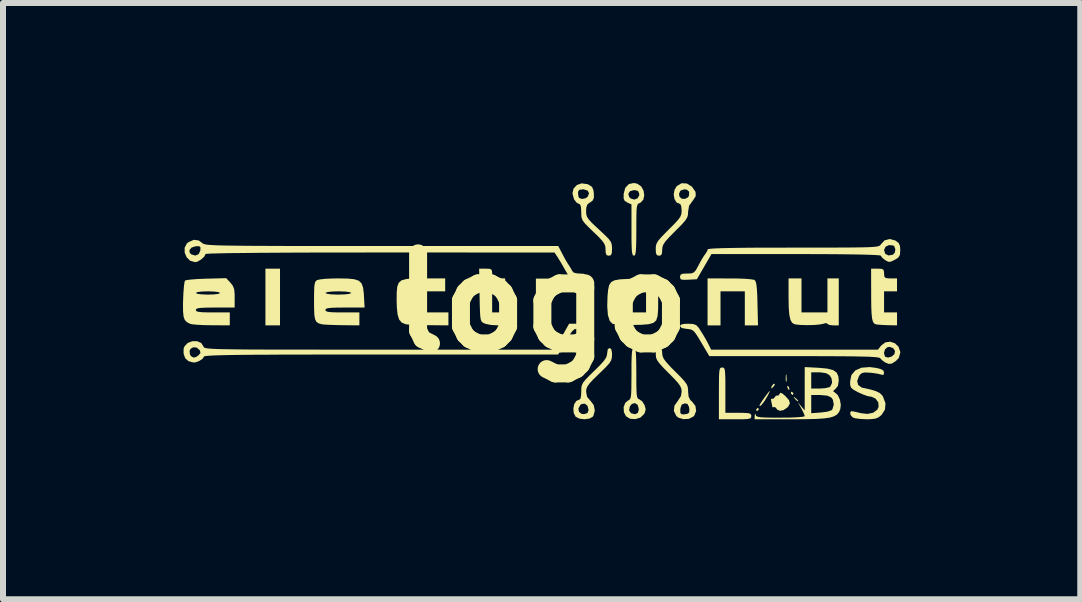
<source format=kicad_pcb>
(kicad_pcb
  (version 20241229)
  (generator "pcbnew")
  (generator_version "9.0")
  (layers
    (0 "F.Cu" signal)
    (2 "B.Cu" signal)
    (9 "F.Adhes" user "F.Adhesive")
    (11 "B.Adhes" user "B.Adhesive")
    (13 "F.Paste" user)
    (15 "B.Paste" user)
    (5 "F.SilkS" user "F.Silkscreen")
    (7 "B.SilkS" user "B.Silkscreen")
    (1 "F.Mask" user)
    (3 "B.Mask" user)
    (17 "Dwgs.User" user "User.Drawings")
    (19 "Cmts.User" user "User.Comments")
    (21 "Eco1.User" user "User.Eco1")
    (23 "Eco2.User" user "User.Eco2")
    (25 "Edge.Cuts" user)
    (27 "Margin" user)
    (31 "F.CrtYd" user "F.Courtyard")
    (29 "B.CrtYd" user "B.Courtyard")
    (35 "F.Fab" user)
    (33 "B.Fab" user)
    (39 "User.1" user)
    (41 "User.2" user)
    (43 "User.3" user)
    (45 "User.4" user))
  (footprint "logo"
    (layer "F.Cu")
    (at 5.99 1.995)
    (property "Reference" "logo" (at 0 0 0) (layer "F.SilkS") (effects (font (size 1.5 1.5) (thickness 0.3))))
    (attr board_only exclude_from_pos_files exclude_from_bom)
    (fp_poly (pts (xy 4.102 1.396) (xy 4.112 1.416) (xy 4.119 1.454) (xy 4.101 1.447) (xy 4.088 1.429) (xy 4.08 1.393) (xy 4.083 1.387)) (stroke (width 0) (type solid)) (fill yes) (layer "F.SilkS"))
    (fp_poly (pts (xy -4.373 -0.094) (xy -4.373 0.378) (xy -4.494 0.378) (xy -4.616 0.378) (xy -4.616 -0.094) (xy -4.616 -0.567) (xy -4.494 -0.567) (xy -4.373 -0.567)) (stroke (width 0) (type solid)) (fill yes) (layer "F.SilkS"))
    (fp_poly (pts (xy 3.608 1.771) (xy 3.604 1.782) (xy 3.579 1.807) (xy 3.575 1.809) (xy 3.563 1.788) (xy 3.563 1.782) (xy 3.584 1.756) (xy 3.592 1.755)) (stroke (width 0) (type solid)) (fill yes) (layer "F.SilkS"))
    (fp_poly (pts (xy 3.875 1.366) (xy 3.86 1.39) (xy 3.828 1.424) (xy 3.817 1.431) (xy 3.817 1.41) (xy 3.823 1.39) (xy 3.852 1.354) (xy 3.866 1.35)) (stroke (width 0) (type solid)) (fill yes) (layer "F.SilkS"))
    (fp_poly (pts (xy 4.068 1.208) (xy 4.072 1.279) (xy 4.067 1.316) (xy 4.06 1.323) (xy 4.056 1.284) (xy 4.056 1.255) (xy 4.058 1.203) (xy 4.064 1.195)) (stroke (width 0) (type solid)) (fill yes) (layer "F.SilkS"))
    (fp_poly (pts (xy 4.183 1.504) (xy 4.184 1.512) (xy 4.175 1.538) (xy 4.172 1.539) (xy 4.149 1.52) (xy 4.143 1.512) (xy 4.145 1.487) (xy 4.155 1.485)) (stroke (width 0) (type solid)) (fill yes) (layer "F.SilkS"))
    (fp_poly (pts (xy 4.198 1.574) (xy 4.218 1.589) (xy 4.255 1.622) (xy 4.265 1.636) (xy 4.252 1.644) (xy 4.216 1.61) (xy 4.207 1.599) (xy 4.184 1.567)) (stroke (width 0) (type solid)) (fill yes) (layer "F.SilkS"))
    (fp_poly (pts (xy 0.121 -0.401) (xy 0.351 -0.4) (xy 0.351 -0.295) (xy 0.351 -0.189) (xy 0.229 -0.189) (xy 0.108 -0.189) (xy 0.108 0.094) (xy 0.108 0.378) (xy 0 0.378) (xy -0.108 0.378) (xy -0.108 -0.012) (xy -0.108 -0.401)) (stroke (width 0) (type solid)) (fill yes) (layer "F.SilkS"))
    (fp_poly (pts (xy 3.791 1.476) (xy 3.772 1.518) (xy 3.75 1.56) (xy 3.704 1.637) (xy 3.661 1.694) (xy 3.629 1.724) (xy 3.617 1.716) (xy 3.632 1.685) (xy 3.668 1.628) (xy 3.716 1.562) (xy 3.762 1.501) (xy 3.788 1.471)) (stroke (width 0) (type solid)) (fill yes) (layer "F.SilkS"))
    (fp_poly (pts (xy 3.124 -0.404) (xy 3.263 -0.403) (xy 3.385 -0.398) (xy 3.477 -0.39) (xy 3.53 -0.381) (xy 3.536 -0.379) (xy 3.553 -0.356) (xy 3.566 -0.31) (xy 3.575 -0.232) (xy 3.582 -0.114) (xy 3.585 0.012) (xy 3.594 0.378) (xy 3.484 0.378) (xy 3.374 0.378) (xy 3.374 0.094) (xy 3.374 -0.189) (xy 3.172 -0.189) (xy 2.969 -0.189) (xy 2.969 0.094) (xy 2.969 0.378) (xy 2.861 0.378) (xy 2.753 0.378) (xy 2.753 -0.013) (xy 2.753 -0.405)) (stroke (width 0) (type solid)) (fill yes) (layer "F.SilkS"))
    (fp_poly (pts (xy 3.999 1.513) (xy 4.049 1.556) (xy 4.11 1.624) (xy 4.126 1.677) (xy 4.1 1.728) (xy 4.082 1.748) (xy 4.018 1.791) (xy 3.955 1.802) (xy 3.911 1.78) (xy 3.904 1.767) (xy 3.877 1.739) (xy 3.86 1.741) (xy 3.835 1.743) (xy 3.833 1.736) (xy 3.826 1.695) (xy 3.815 1.649) (xy 3.81 1.604) (xy 3.826 1.602) (xy 3.858 1.597) (xy 3.87 1.577) (xy 3.896 1.549) (xy 3.911 1.55) (xy 3.939 1.543) (xy 3.952 1.523) (xy 3.968 1.501)) (stroke (width 0) (type solid)) (fill yes) (layer "F.SilkS"))
    (fp_poly (pts (xy -1.62 -0.297) (xy -1.62 -0.189) (xy -1.903 -0.189) (xy -2.186 -0.189) (xy -2.186 -0.013) (xy -2.186 0.162) (xy -1.876 0.162) (xy -1.566 0.162) (xy -1.566 0.27) (xy -1.566 0.378) (xy -1.896 0.375) (xy -2.029 0.373) (xy -2.146 0.369) (xy -2.234 0.364) (xy -2.281 0.359) (xy -2.344 0.332) (xy -2.387 0.282) (xy -2.413 0.2) (xy -2.426 0.078) (xy -2.429 -0.034) (xy -2.428 -0.169) (xy -2.419 -0.266) (xy -2.394 -0.332) (xy -2.347 -0.373) (xy -2.269 -0.395) (xy -2.154 -0.403) (xy -1.992 -0.405) (xy -1.97 -0.405) (xy -1.62 -0.405)) (stroke (width 0) (type solid)) (fill yes) (layer "F.SilkS"))
    (fp_poly (pts (xy 3.018 1.083) (xy 3.032 1.096) (xy 3.042 1.13) (xy 3.047 1.191) (xy 3.05 1.288) (xy 3.05 1.43) (xy 3.05 1.458) (xy 3.05 1.835) (xy 3.266 1.835) (xy 3.374 1.837) (xy 3.438 1.842) (xy 3.47 1.854) (xy 3.481 1.875) (xy 3.482 1.889) (xy 3.478 1.914) (xy 3.461 1.93) (xy 3.419 1.939) (xy 3.345 1.943) (xy 3.227 1.943) (xy 3.212 1.943) (xy 2.942 1.943) (xy 2.942 1.512) (xy 2.943 1.35) (xy 2.944 1.235) (xy 2.948 1.158) (xy 2.955 1.112) (xy 2.966 1.089) (xy 2.983 1.081) (xy 2.996 1.08)) (stroke (width 0) (type solid)) (fill yes) (layer "F.SilkS"))
    (fp_poly (pts (xy 4.319 -0.121) (xy 4.319 0.162) (xy 4.535 0.162) (xy 4.751 0.162) (xy 4.751 -0.121) (xy 4.751 -0.405) (xy 4.845 -0.405) (xy 4.94 -0.405) (xy 4.94 -0.013) (xy 4.94 0.378) (xy 4.845 0.378) (xy 4.783 0.371) (xy 4.752 0.355) (xy 4.751 0.352) (xy 4.729 0.339) (xy 4.681 0.352) (xy 4.618 0.364) (xy 4.521 0.372) (xy 4.409 0.374) (xy 4.301 0.371) (xy 4.218 0.362) (xy 4.203 0.359) (xy 4.163 0.336) (xy 4.135 0.287) (xy 4.116 0.204) (xy 4.106 0.082) (xy 4.103 -0.088) (xy 4.103 -0.096) (xy 4.103 -0.405) (xy 4.211 -0.405) (xy 4.319 -0.405)) (stroke (width 0) (type solid)) (fill yes) (layer "F.SilkS"))
    (fp_poly (pts (xy -0.876 -0.564) (xy -0.845 -0.547) (xy -0.837 -0.504) (xy -0.837 -0.486) (xy -0.833 -0.434) (xy -0.809 -0.411) (xy -0.752 -0.405) (xy -0.729 -0.405) (xy -0.621 -0.405) (xy -0.621 -0.297) (xy -0.621 -0.189) (xy -0.729 -0.189) (xy -0.837 -0.189) (xy -0.837 -0.013) (xy -0.837 0.162) (xy -0.729 0.162) (xy -0.621 0.162) (xy -0.621 0.27) (xy -0.621 0.378) (xy -0.763 0.377) (xy -0.858 0.371) (xy -0.942 0.354) (xy -0.972 0.343) (xy -0.997 0.329) (xy -1.015 0.311) (xy -1.027 0.28) (xy -1.035 0.228) (xy -1.04 0.147) (xy -1.044 0.028) (xy -1.047 -0.129) (xy -1.054 -0.567) (xy -0.945 -0.567)) (stroke (width 0) (type solid)) (fill yes) (layer "F.SilkS"))
    (fp_poly (pts (xy 5.657 -0.564) (xy 5.687 -0.546) (xy 5.695 -0.503) (xy 5.695 -0.486) (xy 5.7 -0.434) (xy 5.723 -0.411) (xy 5.78 -0.405) (xy 5.803 -0.405) (xy 5.911 -0.405) (xy 5.911 -0.297) (xy 5.911 -0.189) (xy 5.803 -0.189) (xy 5.695 -0.189) (xy 5.695 -0.013) (xy 5.695 0.162) (xy 5.803 0.162) (xy 5.911 0.162) (xy 5.911 0.27) (xy 5.911 0.378) (xy 5.756 0.375) (xy 5.663 0.371) (xy 5.587 0.365) (xy 5.556 0.36) (xy 5.529 0.346) (xy 5.51 0.318) (xy 5.496 0.267) (xy 5.487 0.186) (xy 5.482 0.068) (xy 5.48 -0.093) (xy 5.48 -0.169) (xy 5.479 -0.567) (xy 5.587 -0.567)) (stroke (width 0) (type solid)) (fill yes) (layer "F.SilkS"))
    (fp_poly (pts (xy 1.77 -0.396) (xy 1.852 -0.389) (xy 1.889 -0.38) (xy 1.908 -0.356) (xy 1.92 -0.309) (xy 1.927 -0.23) (xy 1.93 -0.109) (xy 1.93 -0.043) (xy 1.929 0.113) (xy 1.92 0.223) (xy 1.897 0.295) (xy 1.85 0.337) (xy 1.771 0.359) (xy 1.654 0.368) (xy 1.531 0.371) (xy 1.403 0.371) (xy 1.29 0.367) (xy 1.206 0.36) (xy 1.169 0.352) (xy 1.122 0.303) (xy 1.092 0.206) (xy 1.081 0.062) (xy 1.083 -0.013) (xy 1.296 -0.013) (xy 1.296 0.162) (xy 1.512 0.162) (xy 1.728 0.162) (xy 1.728 -0.013) (xy 1.728 -0.189) (xy 1.512 -0.189) (xy 1.296 -0.189) (xy 1.296 -0.013) (xy 1.083 -0.013) (xy 1.086 -0.113) (xy 1.096 -0.218) (xy 1.113 -0.293) (xy 1.146 -0.343) (xy 1.202 -0.373) (xy 1.291 -0.389) (xy 1.421 -0.396) (xy 1.519 -0.399) (xy 1.655 -0.4)) (stroke (width 0) (type solid)) (fill yes) (layer "F.SilkS"))
    (fp_poly (pts (xy 1.583 -1.983) (xy 1.647 -1.938) (xy 1.686 -1.868) (xy 1.698 -1.789) (xy 1.682 -1.716) (xy 1.636 -1.667) (xy 1.619 -1.66) (xy 1.599 -1.651) (xy 1.585 -1.632) (xy 1.575 -1.596) (xy 1.569 -1.534) (xy 1.567 -1.439) (xy 1.566 -1.302) (xy 1.566 -1.213) (xy 1.565 -1.049) (xy 1.562 -0.932) (xy 1.557 -0.854) (xy 1.549 -0.808) (xy 1.537 -0.787) (xy 1.525 -0.783) (xy 1.51 -0.79) (xy 1.499 -0.816) (xy 1.491 -0.869) (xy 1.487 -0.956) (xy 1.485 -1.084) (xy 1.485 -1.21) (xy 1.485 -1.638) (xy 1.416 -1.669) (xy 1.372 -1.697) (xy 1.354 -1.737) (xy 1.355 -1.811) (xy 1.355 -1.815) (xy 1.355 -1.815) (xy 1.432 -1.815) (xy 1.446 -1.763) (xy 1.472 -1.737) (xy 1.533 -1.718) (xy 1.587 -1.74) (xy 1.615 -1.791) (xy 1.614 -1.817) (xy 1.595 -1.861) (xy 1.542 -1.876) (xy 1.525 -1.876) (xy 1.46 -1.858) (xy 1.432 -1.815) (xy 1.355 -1.815) (xy 1.382 -1.915) (xy 1.441 -1.977) (xy 1.524 -1.995)) (stroke (width 0) (type solid)) (fill yes) (layer "F.SilkS"))
    (fp_poly (pts (xy 1.541 0.763) (xy 1.552 0.79) (xy 1.559 0.843) (xy 1.563 0.93) (xy 1.565 1.059) (xy 1.566 1.177) (xy 1.566 1.336) (xy 1.568 1.45) (xy 1.572 1.526) (xy 1.58 1.573) (xy 1.592 1.598) (xy 1.61 1.609) (xy 1.617 1.611) (xy 1.663 1.644) (xy 1.702 1.705) (xy 1.703 1.706) (xy 1.722 1.774) (xy 1.709 1.83) (xy 1.693 1.859) (xy 1.632 1.916) (xy 1.547 1.941) (xy 1.46 1.934) (xy 1.394 1.893) (xy 1.358 1.823) (xy 1.357 1.794) (xy 1.445 1.794) (xy 1.477 1.842) (xy 1.54 1.858) (xy 1.55 1.857) (xy 1.592 1.836) (xy 1.606 1.782) (xy 1.606 1.768) (xy 1.588 1.703) (xy 1.544 1.674) (xy 1.492 1.687) (xy 1.458 1.728) (xy 1.445 1.794) (xy 1.357 1.794) (xy 1.354 1.741) (xy 1.381 1.67) (xy 1.424 1.633) (xy 1.447 1.621) (xy 1.463 1.603) (xy 1.474 1.57) (xy 1.48 1.514) (xy 1.483 1.427) (xy 1.484 1.299) (xy 1.485 1.181) (xy 1.485 1.018) (xy 1.488 0.902) (xy 1.493 0.825) (xy 1.501 0.78) (xy 1.513 0.759) (xy 1.525 0.756)) (stroke (width 0) (type solid)) (fill yes) (layer "F.SilkS"))
    (fp_poly (pts (xy -5.199 -0.333) (xy -5.159 -0.281) (xy -5.137 -0.225) (xy -5.129 -0.144) (xy -5.129 -0.088) (xy -5.129 0.081) (xy -5.452 0.081) (xy -5.592 0.082) (xy -5.686 0.086) (xy -5.743 0.093) (xy -5.77 0.105) (xy -5.776 0.121) (xy -5.768 0.14) (xy -5.736 0.152) (xy -5.672 0.159) (xy -5.568 0.162) (xy -5.493 0.162) (xy -5.21 0.162) (xy -5.21 0.27) (xy -5.21 0.378) (xy -5.513 0.376) (xy -5.641 0.374) (xy -5.753 0.368) (xy -5.836 0.36) (xy -5.872 0.352) (xy -5.924 0.325) (xy -5.96 0.288) (xy -5.98 0.232) (xy -5.989 0.145) (xy -5.99 0.019) (xy -5.988 -0.051) (xy -5.983 -0.162) (xy -5.776 -0.162) (xy -5.751 -0.148) (xy -5.683 -0.139) (xy -5.583 -0.135) (xy -5.574 -0.135) (xy -5.472 -0.138) (xy -5.401 -0.147) (xy -5.372 -0.161) (xy -5.372 -0.162) (xy -5.397 -0.176) (xy -5.465 -0.185) (xy -5.564 -0.189) (xy -5.574 -0.189) (xy -5.676 -0.186) (xy -5.747 -0.177) (xy -5.776 -0.163) (xy -5.776 -0.162) (xy -5.983 -0.162) (xy -5.982 -0.173) (xy -5.974 -0.275) (xy -5.964 -0.344) (xy -5.956 -0.369) (xy -5.922 -0.378) (xy -5.845 -0.387) (xy -5.737 -0.395) (xy -5.608 -0.4) (xy -5.602 -0.4) (xy -5.27 -0.409)) (stroke (width 0) (type solid)) (fill yes) (layer "F.SilkS"))
    (fp_poly (pts (xy 1.148 0.773) (xy 1.16 0.831) (xy 1.161 0.867) (xy 1.158 0.919) (xy 1.145 0.963) (xy 1.116 1.01) (xy 1.063 1.069) (xy 0.979 1.152) (xy 0.945 1.184) (xy 0.848 1.279) (xy 0.785 1.347) (xy 0.749 1.398) (xy 0.732 1.442) (xy 0.729 1.484) (xy 0.745 1.57) (xy 0.801 1.634) (xy 0.856 1.707) (xy 0.874 1.797) (xy 0.852 1.881) (xy 0.838 1.902) (xy 0.783 1.932) (xy 0.702 1.943) (xy 0.619 1.933) (xy 0.557 1.903) (xy 0.555 1.901) (xy 0.523 1.841) (xy 0.516 1.765) (xy 0.516 1.764) (xy 0.6 1.764) (xy 0.61 1.82) (xy 0.655 1.854) (xy 0.697 1.857) (xy 0.752 1.839) (xy 0.769 1.793) (xy 0.769 1.784) (xy 0.752 1.718) (xy 0.708 1.683) (xy 0.655 1.688) (xy 0.632 1.705) (xy 0.6 1.764) (xy 0.516 1.764) (xy 0.531 1.691) (xy 0.566 1.637) (xy 0.608 1.62) (xy 0.633 1.604) (xy 0.645 1.552) (xy 0.648 1.483) (xy 0.649 1.422) (xy 0.658 1.375) (xy 0.68 1.33) (xy 0.723 1.278) (xy 0.793 1.206) (xy 0.864 1.137) (xy 0.962 1.04) (xy 1.025 0.969) (xy 1.062 0.916) (xy 1.077 0.871) (xy 1.08 0.842) (xy 1.09 0.775) (xy 1.12 0.756)) (stroke (width 0) (type solid)) (fill yes) (layer "F.SilkS"))
    (fp_poly (pts (xy 1.982 0.767) (xy 1.996 0.811) (xy 1.997 0.844) (xy 2.003 0.889) (xy 2.024 0.937) (xy 2.068 0.995) (xy 2.14 1.074) (xy 2.213 1.147) (xy 2.308 1.242) (xy 2.369 1.31) (xy 2.406 1.361) (xy 2.423 1.405) (xy 2.429 1.454) (xy 2.429 1.48) (xy 2.437 1.566) (xy 2.466 1.623) (xy 2.497 1.651) (xy 2.551 1.722) (xy 2.563 1.805) (xy 2.532 1.881) (xy 2.515 1.899) (xy 2.441 1.936) (xy 2.35 1.941) (xy 2.268 1.917) (xy 2.233 1.889) (xy 2.206 1.835) (xy 2.299 1.835) (xy 2.32 1.859) (xy 2.359 1.862) (xy 2.417 1.852) (xy 2.444 1.834) (xy 2.451 1.788) (xy 2.444 1.738) (xy 2.418 1.687) (xy 2.369 1.678) (xy 2.368 1.679) (xy 2.322 1.7) (xy 2.302 1.755) (xy 2.299 1.775) (xy 2.299 1.835) (xy 2.206 1.835) (xy 2.191 1.805) (xy 2.201 1.717) (xy 2.253 1.643) (xy 2.309 1.558) (xy 2.321 1.484) (xy 2.317 1.437) (xy 2.299 1.392) (xy 2.262 1.339) (xy 2.197 1.267) (xy 2.105 1.174) (xy 2.01 1.078) (xy 1.948 1.008) (xy 1.911 0.956) (xy 1.894 0.911) (xy 1.89 0.863) (xy 1.889 0.858) (xy 1.895 0.789) (xy 1.915 0.76) (xy 1.943 0.756)) (stroke (width 0) (type solid)) (fill yes) (layer "F.SilkS"))
    (fp_poly (pts (xy 5.557 1.086) (xy 5.641 1.107) (xy 5.683 1.131) (xy 5.695 1.166) (xy 5.695 1.167) (xy 5.685 1.205) (xy 5.648 1.199) (xy 5.595 1.185) (xy 5.511 1.172) (xy 5.461 1.167) (xy 5.376 1.163) (xy 5.326 1.173) (xy 5.292 1.202) (xy 5.277 1.224) (xy 5.247 1.305) (xy 5.263 1.371) (xy 5.321 1.414) (xy 5.34 1.419) (xy 5.473 1.448) (xy 5.563 1.476) (xy 5.622 1.505) (xy 5.661 1.541) (xy 5.677 1.565) (xy 5.719 1.678) (xy 5.71 1.782) (xy 5.652 1.872) (xy 5.648 1.875) (xy 5.599 1.913) (xy 5.545 1.934) (xy 5.466 1.942) (xy 5.399 1.943) (xy 5.3 1.938) (xy 5.218 1.927) (xy 5.176 1.914) (xy 5.14 1.878) (xy 5.129 1.836) (xy 5.145 1.81) (xy 5.155 1.809) (xy 5.196 1.815) (xy 5.267 1.831) (xy 5.3 1.84) (xy 5.417 1.854) (xy 5.514 1.834) (xy 5.582 1.783) (xy 5.604 1.737) (xy 5.599 1.662) (xy 5.554 1.6) (xy 5.485 1.567) (xy 5.467 1.566) (xy 5.411 1.554) (xy 5.33 1.524) (xy 5.269 1.496) (xy 5.19 1.454) (xy 5.148 1.42) (xy 5.131 1.378) (xy 5.129 1.313) (xy 5.129 1.313) (xy 5.151 1.206) (xy 5.216 1.129) (xy 5.317 1.084) (xy 5.452 1.073)) (stroke (width 0) (type solid)) (fill yes) (layer "F.SilkS"))
    (fp_poly (pts (xy -3.247 -0.402) (xy -3.135 -0.391) (xy -3.059 -0.366) (xy -3.013 -0.32) (xy -2.988 -0.25) (xy -2.976 -0.148) (xy -2.974 -0.111) (xy -2.963 0.081) (xy -3.29 0.081) (xy -3.43 0.082) (xy -3.525 0.086) (xy -3.582 0.093) (xy -3.61 0.105) (xy -3.617 0.121) (xy -3.608 0.14) (xy -3.576 0.152) (xy -3.513 0.159) (xy -3.408 0.162) (xy -3.334 0.162) (xy -3.05 0.162) (xy -3.05 0.27) (xy -3.05 0.378) (xy -3.34 0.375) (xy -3.465 0.372) (xy -3.574 0.368) (xy -3.654 0.363) (xy -3.684 0.358) (xy -3.734 0.342) (xy -3.768 0.317) (xy -3.789 0.273) (xy -3.801 0.201) (xy -3.805 0.091) (xy -3.806 -0.029) (xy -3.805 -0.162) (xy -3.617 -0.162) (xy -3.592 -0.149) (xy -3.523 -0.139) (xy -3.42 -0.135) (xy -3.401 -0.135) (xy -3.294 -0.138) (xy -3.219 -0.147) (xy -3.186 -0.16) (xy -3.185 -0.162) (xy -3.21 -0.175) (xy -3.279 -0.185) (xy -3.382 -0.189) (xy -3.401 -0.189) (xy -3.508 -0.186) (xy -3.583 -0.177) (xy -3.616 -0.164) (xy -3.617 -0.162) (xy -3.805 -0.162) (xy -3.805 -0.167) (xy -3.802 -0.26) (xy -3.794 -0.319) (xy -3.782 -0.353) (xy -3.762 -0.372) (xy -3.754 -0.377) (xy -3.706 -0.388) (xy -3.618 -0.398) (xy -3.504 -0.403) (xy -3.406 -0.405)) (stroke (width 0) (type solid)) (fill yes) (layer "F.SilkS"))
    (fp_poly (pts (xy 2.407 -1.987) (xy 2.49 -1.935) (xy 2.498 -1.926) (xy 2.553 -1.847) (xy 2.556 -1.776) (xy 2.508 -1.702) (xy 2.497 -1.689) (xy 2.445 -1.614) (xy 2.429 -1.518) (xy 2.429 -1.514) (xy 2.426 -1.463) (xy 2.413 -1.419) (xy 2.382 -1.37) (xy 2.327 -1.307) (xy 2.241 -1.22) (xy 2.213 -1.193) (xy 2.118 -1.096) (xy 2.055 -1.027) (xy 2.019 -0.975) (xy 2.002 -0.93) (xy 1.997 -0.883) (xy 1.997 -0.881) (xy 1.992 -0.814) (xy 1.97 -0.787) (xy 1.943 -0.783) (xy 1.909 -0.792) (xy 1.893 -0.827) (xy 1.889 -0.894) (xy 1.892 -0.946) (xy 1.905 -0.99) (xy 1.935 -1.038) (xy 1.988 -1.099) (xy 2.071 -1.184) (xy 2.105 -1.218) (xy 2.2 -1.313) (xy 2.262 -1.381) (xy 2.299 -1.432) (xy 2.316 -1.477) (xy 2.321 -1.525) (xy 2.321 -1.538) (xy 2.315 -1.606) (xy 2.299 -1.644) (xy 2.292 -1.647) (xy 2.237 -1.669) (xy 2.202 -1.727) (xy 2.189 -1.804) (xy 2.191 -1.815) (xy 2.277 -1.815) (xy 2.285 -1.768) (xy 2.321 -1.733) (xy 2.377 -1.73) (xy 2.426 -1.755) (xy 2.443 -1.781) (xy 2.447 -1.848) (xy 2.408 -1.884) (xy 2.363 -1.889) (xy 2.302 -1.868) (xy 2.277 -1.815) (xy 2.191 -1.815) (xy 2.203 -1.882) (xy 2.24 -1.943) (xy 2.32 -1.991)) (stroke (width 0) (type solid)) (fill yes) (layer "F.SilkS"))
    (fp_poly (pts (xy 2.512 0.355) (xy 2.564 0.374) (xy 2.602 0.414) (xy 2.61 0.425) (xy 2.678 0.532) (xy 2.729 0.619) (xy 2.769 0.695) (xy 2.813 0.783) (xy 4.203 0.783) (xy 5.593 0.783) (xy 5.646 0.715) (xy 5.717 0.661) (xy 5.798 0.65) (xy 5.876 0.676) (xy 5.936 0.734) (xy 5.965 0.819) (xy 5.965 0.835) (xy 5.94 0.921) (xy 5.894 0.97) (xy 5.827 1.014) (xy 5.772 1.02) (xy 5.709 0.994) (xy 5.656 0.954) (xy 5.633 0.927) (xy 5.62 0.919) (xy 5.587 0.912) (xy 5.532 0.906) (xy 5.45 0.901) (xy 5.337 0.898) (xy 5.189 0.895) (xy 5.002 0.893) (xy 4.774 0.892) (xy 4.498 0.891) (xy 4.197 0.891) (xy 2.782 0.891) (xy 2.752 0.839) (xy 5.693 0.839) (xy 5.71 0.895) (xy 5.715 0.901) (xy 5.761 0.915) (xy 5.821 0.898) (xy 5.867 0.858) (xy 5.868 0.858) (xy 5.877 0.803) (xy 5.847 0.758) (xy 5.792 0.737) (xy 5.752 0.741) (xy 5.71 0.779) (xy 5.693 0.839) (xy 2.752 0.839) (xy 2.651 0.668) (xy 2.589 0.565) (xy 2.545 0.499) (xy 2.508 0.462) (xy 2.47 0.445) (xy 2.421 0.438) (xy 2.407 0.437) (xy 2.326 0.423) (xy 2.295 0.395) (xy 2.294 0.39) (xy 2.311 0.365) (xy 2.366 0.353) (xy 2.427 0.351)) (stroke (width 0) (type solid)) (fill yes) (layer "F.SilkS"))
    (fp_poly (pts (xy 0.75 -1.976) (xy 0.775 -1.965) (xy 0.827 -1.93) (xy 0.851 -1.875) (xy 0.858 -1.82) (xy 0.858 -1.745) (xy 0.838 -1.702) (xy 0.798 -1.674) (xy 0.751 -1.639) (xy 0.732 -1.586) (xy 0.729 -1.527) (xy 0.731 -1.475) (xy 0.744 -1.432) (xy 0.774 -1.386) (xy 0.827 -1.328) (xy 0.912 -1.248) (xy 0.945 -1.218) (xy 1.04 -1.129) (xy 1.102 -1.067) (xy 1.138 -1.019) (xy 1.155 -0.976) (xy 1.16 -0.927) (xy 1.161 -0.901) (xy 1.157 -0.827) (xy 1.142 -0.792) (xy 1.108 -0.783) (xy 1.107 -0.783) (xy 1.071 -0.792) (xy 1.055 -0.831) (xy 1.053 -0.885) (xy 1.049 -0.936) (xy 1.033 -0.981) (xy 0.998 -1.031) (xy 0.937 -1.097) (xy 0.85 -1.181) (xy 0.76 -1.268) (xy 0.701 -1.33) (xy 0.668 -1.377) (xy 0.652 -1.423) (xy 0.648 -1.477) (xy 0.648 -1.51) (xy 0.643 -1.596) (xy 0.628 -1.638) (xy 0.608 -1.647) (xy 0.57 -1.668) (xy 0.529 -1.722) (xy 0.526 -1.729) (xy 0.501 -1.823) (xy 0.502 -1.826) (xy 0.594 -1.826) (xy 0.601 -1.77) (xy 0.612 -1.746) (xy 0.662 -1.728) (xy 0.723 -1.742) (xy 0.756 -1.768) (xy 0.778 -1.824) (xy 0.754 -1.868) (xy 0.69 -1.889) (xy 0.676 -1.889) (xy 0.617 -1.882) (xy 0.596 -1.852) (xy 0.594 -1.826) (xy 0.502 -1.826) (xy 0.52 -1.903) (xy 0.575 -1.961) (xy 0.654 -1.989)) (stroke (width 0) (type solid)) (fill yes) (layer "F.SilkS"))
    (fp_poly (pts (xy 4.601 1.085) (xy 4.746 1.098) (xy 4.844 1.123) (xy 4.904 1.164) (xy 4.933 1.226) (xy 4.94 1.298) (xy 4.926 1.386) (xy 4.884 1.439) (xy 4.848 1.47) (xy 4.857 1.487) (xy 4.872 1.494) (xy 4.923 1.539) (xy 4.959 1.616) (xy 4.974 1.704) (xy 4.965 1.775) (xy 4.943 1.825) (xy 4.911 1.864) (xy 4.862 1.893) (xy 4.792 1.915) (xy 4.693 1.929) (xy 4.559 1.938) (xy 4.384 1.942) (xy 4.162 1.943) (xy 4.142 1.943) (xy 3.536 1.943) (xy 3.539 1.883) (xy 3.544 1.846) (xy 3.553 1.862) (xy 3.555 1.869) (xy 3.564 1.888) (xy 3.588 1.9) (xy 3.633 1.909) (xy 3.708 1.914) (xy 3.821 1.916) (xy 3.97 1.916) (xy 4.12 1.915) (xy 4.242 1.91) (xy 4.328 1.903) (xy 4.37 1.894) (xy 4.373 1.891) (xy 4.361 1.853) (xy 4.33 1.789) (xy 4.316 1.763) (xy 4.259 1.66) (xy 4.315 1.728) (xy 4.372 1.795) (xy 4.372 1.69) (xy 4.481 1.69) (xy 4.481 1.842) (xy 4.645 1.83) (xy 4.751 1.816) (xy 4.818 1.793) (xy 4.833 1.78) (xy 4.857 1.7) (xy 4.842 1.618) (xy 4.816 1.581) (xy 4.75 1.55) (xy 4.635 1.539) (xy 4.627 1.539) (xy 4.481 1.539) (xy 4.481 1.69) (xy 4.372 1.69) (xy 4.372 1.434) (xy 4.372 1.296) (xy 4.481 1.296) (xy 4.481 1.431) (xy 4.624 1.431) (xy 4.711 1.425) (xy 4.778 1.41) (xy 4.799 1.398) (xy 4.829 1.334) (xy 4.818 1.258) (xy 4.787 1.21) (xy 4.73 1.175) (xy 4.635 1.161) (xy 4.612 1.161) (xy 4.481 1.161) (xy 4.481 1.296) (xy 4.372 1.296) (xy 4.373 1.073)) (stroke (width 0) (type solid)) (fill yes) (layer "F.SilkS"))
    (fp_poly (pts (xy 0.674 0.355) (xy 0.718 0.369) (xy 0.729 0.391) (xy 0.711 0.42) (xy 0.652 0.431) (xy 0.621 0.432) (xy 0.57 0.434) (xy 0.531 0.445) (xy 0.497 0.475) (xy 0.457 0.532) (xy 0.401 0.626) (xy 0.388 0.648) (xy 0.263 0.864) (xy -2.689 0.864) (xy -3.162 0.864) (xy -3.584 0.864) (xy -3.957 0.865) (xy -4.285 0.865) (xy -4.569 0.867) (xy -4.813 0.868) (xy -5.019 0.87) (xy -5.191 0.872) (xy -5.33 0.875) (xy -5.44 0.878) (xy -5.523 0.882) (xy -5.581 0.886) (xy -5.619 0.89) (xy -5.638 0.896) (xy -5.641 0.9) (xy -5.664 0.935) (xy -5.718 0.971) (xy -5.78 0.994) (xy -5.811 0.997) (xy -5.861 0.986) (xy -5.902 0.972) (xy -5.953 0.926) (xy -5.98 0.85) (xy -5.98 0.807) (xy -5.88 0.807) (xy -5.874 0.865) (xy -5.853 0.894) (xy -5.811 0.915) (xy -5.774 0.906) (xy -5.734 0.879) (xy -5.699 0.84) (xy -5.708 0.797) (xy -5.712 0.791) (xy -5.76 0.749) (xy -5.818 0.743) (xy -5.865 0.77) (xy -5.88 0.807) (xy -5.98 0.807) (xy -5.98 0.768) (xy -5.966 0.729) (xy -5.911 0.671) (xy -5.835 0.642) (xy -5.755 0.642) (xy -5.687 0.671) (xy -5.649 0.729) (xy -5.646 0.738) (xy -5.64 0.745) (xy -5.627 0.752) (xy -5.605 0.758) (xy -5.571 0.763) (xy -5.522 0.767) (xy -5.454 0.771) (xy -5.365 0.774) (xy -5.251 0.776) (xy -5.11 0.778) (xy -4.939 0.78) (xy -4.734 0.781) (xy -4.492 0.782) (xy -4.212 0.782) (xy -3.889 0.782) (xy -3.52 0.783) (xy -3.103 0.783) (xy -2.716 0.783) (xy 0.202 0.783) (xy 0.324 0.567) (xy 0.445 0.351) (xy 0.587 0.351)) (stroke (width 0) (type solid)) (fill yes) (layer "F.SilkS"))
    (fp_poly (pts (xy -5.728 -1.037) (xy -5.675 -0.999) (xy -5.665 -0.99) (xy -5.652 -0.983) (xy -5.634 -0.976) (xy -5.607 -0.97) (xy -5.568 -0.965) (xy -5.514 -0.961) (xy -5.442 -0.957) (xy -5.349 -0.954) (xy -5.233 -0.952) (xy -5.089 -0.95) (xy -4.915 -0.948) (xy -4.708 -0.947) (xy -4.465 -0.946) (xy -4.183 -0.945) (xy -3.858 -0.945) (xy -3.488 -0.945) (xy -3.07 -0.945) (xy -2.676 -0.945) (xy 0.264 -0.945) (xy 0.338 -0.803) (xy 0.383 -0.719) (xy 0.424 -0.65) (xy 0.444 -0.621) (xy 0.482 -0.56) (xy 0.494 -0.533) (xy 0.525 -0.5) (xy 0.592 -0.486) (xy 0.62 -0.486) (xy 0.691 -0.481) (xy 0.722 -0.463) (xy 0.729 -0.432) (xy 0.721 -0.398) (xy 0.687 -0.382) (xy 0.613 -0.378) (xy 0.612 -0.378) (xy 0.51 -0.391) (xy 0.456 -0.425) (xy 0.418 -0.48) (xy 0.374 -0.555) (xy 0.367 -0.567) (xy 0.316 -0.657) (xy 0.262 -0.745) (xy 0.26 -0.749) (xy 0.202 -0.836) (xy -2.706 -0.837) (xy -3.194 -0.836) (xy -3.641 -0.836) (xy -4.046 -0.835) (xy -4.408 -0.833) (xy -4.726 -0.831) (xy -4.997 -0.828) (xy -5.22 -0.826) (xy -5.395 -0.822) (xy -5.52 -0.819) (xy -5.593 -0.815) (xy -5.614 -0.811) (xy -5.636 -0.767) (xy -5.688 -0.72) (xy -5.749 -0.684) (xy -5.788 -0.676) (xy -5.87 -0.699) (xy -5.929 -0.757) (xy -5.962 -0.834) (xy -5.962 -0.877) (xy -5.883 -0.877) (xy -5.878 -0.831) (xy -5.853 -0.806) (xy -5.784 -0.785) (xy -5.728 -0.81) (xy -5.7 -0.872) (xy -5.699 -0.924) (xy -5.722 -0.942) (xy -5.781 -0.94) (xy -5.848 -0.918) (xy -5.883 -0.877) (xy -5.962 -0.877) (xy -5.963 -0.915) (xy -5.926 -0.986) (xy -5.899 -1.009) (xy -5.808 -1.048)) (stroke (width 0) (type solid)) (fill yes) (layer "F.SilkS"))
    (fp_poly (pts (xy 5.88 -1.037) (xy 5.887 -1.034) (xy 5.939 -0.994) (xy 5.961 -0.942) (xy 5.965 -0.876) (xy 5.96 -0.8) (xy 5.934 -0.754) (xy 5.875 -0.715) (xy 5.873 -0.715) (xy 5.81 -0.684) (xy 5.768 -0.681) (xy 5.722 -0.704) (xy 5.711 -0.711) (xy 5.662 -0.751) (xy 5.641 -0.783) (xy 5.641 -0.783) (xy 5.615 -0.79) (xy 5.536 -0.795) (xy 5.406 -0.8) (xy 5.228 -0.804) (xy 5.002 -0.807) (xy 4.731 -0.809) (xy 4.416 -0.81) (xy 4.23 -0.81) (xy 2.818 -0.81) (xy 2.697 -0.601) (xy 2.575 -0.391) (xy 2.434 -0.383) (xy 2.352 -0.381) (xy 2.31 -0.388) (xy 2.296 -0.411) (xy 2.294 -0.43) (xy 2.302 -0.465) (xy 2.335 -0.482) (xy 2.406 -0.486) (xy 2.413 -0.486) (xy 2.481 -0.488) (xy 2.524 -0.504) (xy 2.559 -0.543) (xy 2.6 -0.618) (xy 2.605 -0.628) (xy 2.651 -0.713) (xy 2.694 -0.782) (xy 2.716 -0.812) (xy 2.747 -0.861) (xy 2.751 -0.876) (xy 5.695 -0.876) (xy 5.716 -0.813) (xy 5.77 -0.787) (xy 5.842 -0.799) (xy 5.875 -0.835) (xy 5.883 -0.891) (xy 5.865 -0.94) (xy 5.846 -0.954) (xy 5.776 -0.96) (xy 5.719 -0.932) (xy 5.695 -0.878) (xy 5.695 -0.876) (xy 2.751 -0.876) (xy 2.753 -0.886) (xy 2.767 -0.894) (xy 2.811 -0.9) (xy 2.887 -0.905) (xy 2.999 -0.909) (xy 3.15 -0.912) (xy 3.343 -0.915) (xy 3.581 -0.917) (xy 3.867 -0.917) (xy 4.183 -0.918) (xy 4.497 -0.918) (xy 4.761 -0.918) (xy 4.981 -0.919) (xy 5.159 -0.92) (xy 5.301 -0.922) (xy 5.41 -0.924) (xy 5.492 -0.928) (xy 5.551 -0.933) (xy 5.591 -0.939) (xy 5.615 -0.947) (xy 5.63 -0.956) (xy 5.639 -0.967) (xy 5.642 -0.973) (xy 5.704 -1.039) (xy 5.788 -1.062)) (stroke (width 0) (type solid)) (fill yes) (layer "F.SilkS")))
  (gr_rect
    (start -3 -3)
    (end 14.955 6.938)
    (stroke (width 0.1) (type default))
    (fill no)
    (layer "Edge.Cuts")))
</source>
